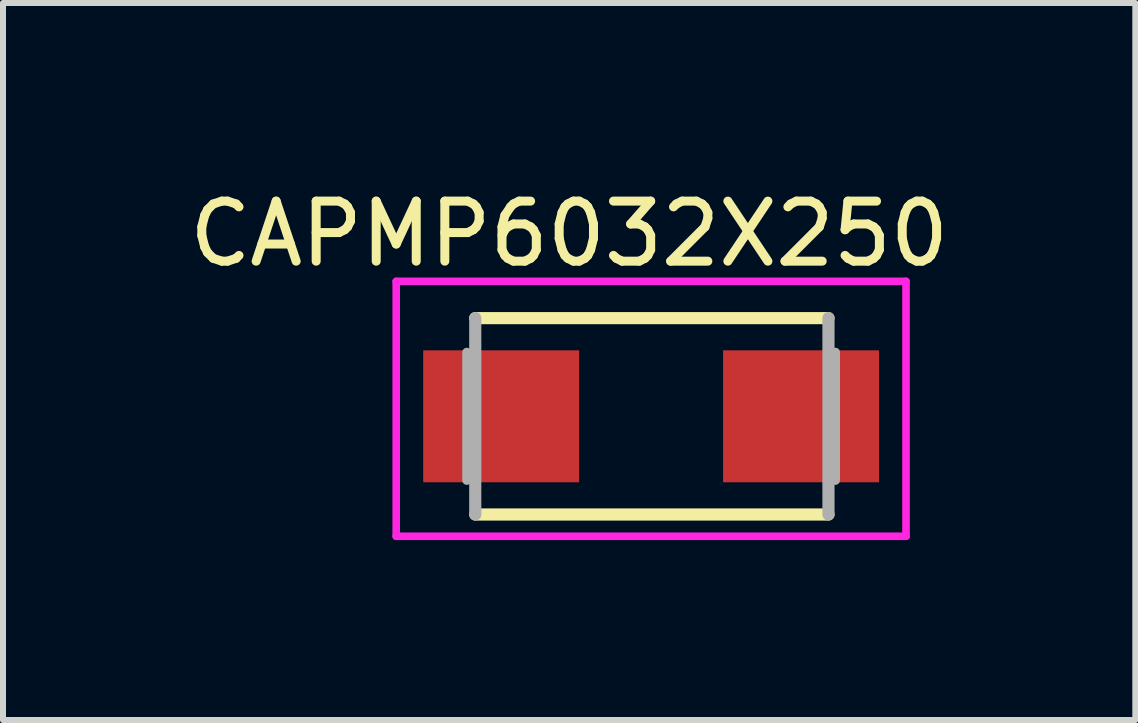
<source format=kicad_pcb>
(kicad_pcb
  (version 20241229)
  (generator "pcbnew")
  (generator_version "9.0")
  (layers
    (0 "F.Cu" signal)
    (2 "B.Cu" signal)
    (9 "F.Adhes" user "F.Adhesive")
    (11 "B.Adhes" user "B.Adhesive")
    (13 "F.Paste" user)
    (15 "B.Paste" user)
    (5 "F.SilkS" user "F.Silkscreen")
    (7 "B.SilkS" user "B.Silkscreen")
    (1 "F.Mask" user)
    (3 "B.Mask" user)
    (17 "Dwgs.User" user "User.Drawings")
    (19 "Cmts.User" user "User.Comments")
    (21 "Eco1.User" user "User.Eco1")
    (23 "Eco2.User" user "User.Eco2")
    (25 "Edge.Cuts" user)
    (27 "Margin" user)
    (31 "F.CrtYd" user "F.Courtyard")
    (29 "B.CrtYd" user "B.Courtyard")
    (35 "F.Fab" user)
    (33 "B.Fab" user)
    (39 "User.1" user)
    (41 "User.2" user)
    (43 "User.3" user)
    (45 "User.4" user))
  (footprint "CAPMP6032X250"
    (layer "F.Cu")
    (at 7.806 3.891)
    (property "Reference" "CAPMP6032X250" (at -1.366 -3.042 0) (layer "F.SilkS") (effects (font (size 1.001 1.001) (thickness 0.15))))
    (attr smd)
    (fp_line (start 2.957 -1.637) (end -2.932 -1.637) (stroke (width 0.203) (type solid)) (layer "F.SilkS"))
    (fp_line (start 2.957 1.637) (end -2.932 1.637) (stroke (width 0.203) (type solid)) (layer "F.SilkS"))
    (fp_line (start -4.25 -2.25) (end -4.25 2) (stroke (width 0.127) (type solid)) (layer "F.CrtYd"))
    (fp_line (start -4.25 -2.25) (end 4.25 -2.25) (stroke (width 0.127) (type solid)) (layer "F.CrtYd"))
    (fp_line (start -4.25 2) (end 4.25 2) (stroke (width 0.127) (type solid)) (layer "F.CrtYd"))
    (fp_line (start 4.25 2) (end 4.25 -2.25) (stroke (width 0.127) (type solid)) (layer "F.CrtYd"))
    (fp_line (start -3.073 -1.067) (end -3.073 1.067) (stroke (width 0.152) (type solid)) (layer "F.Fab"))
    (fp_line (start -2.932 1.637) (end -2.932 -1.637) (stroke (width 0.203) (type solid)) (layer "F.Fab"))
    (fp_line (start 2.957 1.637) (end 2.957 -1.637) (stroke (width 0.203) (type solid)) (layer "F.Fab"))
    (fp_line (start 3.073 -1.067) (end 3.073 1.067) (stroke (width 0.152) (type solid)) (layer "F.Fab"))
    (pad "+" smd rect (at -2.5 0) (size 2.6 2.2) (layers "F.Cu" "F.Mask" "F.Paste"))
    (pad "-" smd rect (at 2.5 0) (size 2.6 2.2) (layers "F.Cu" "F.Mask" "F.Paste")))
  (gr_rect
    (start -3 -3)
    (end 15.879 8.955)
    (stroke (width 0.1) (type default))
    (fill no)
    (layer "Edge.Cuts")))
</source>
